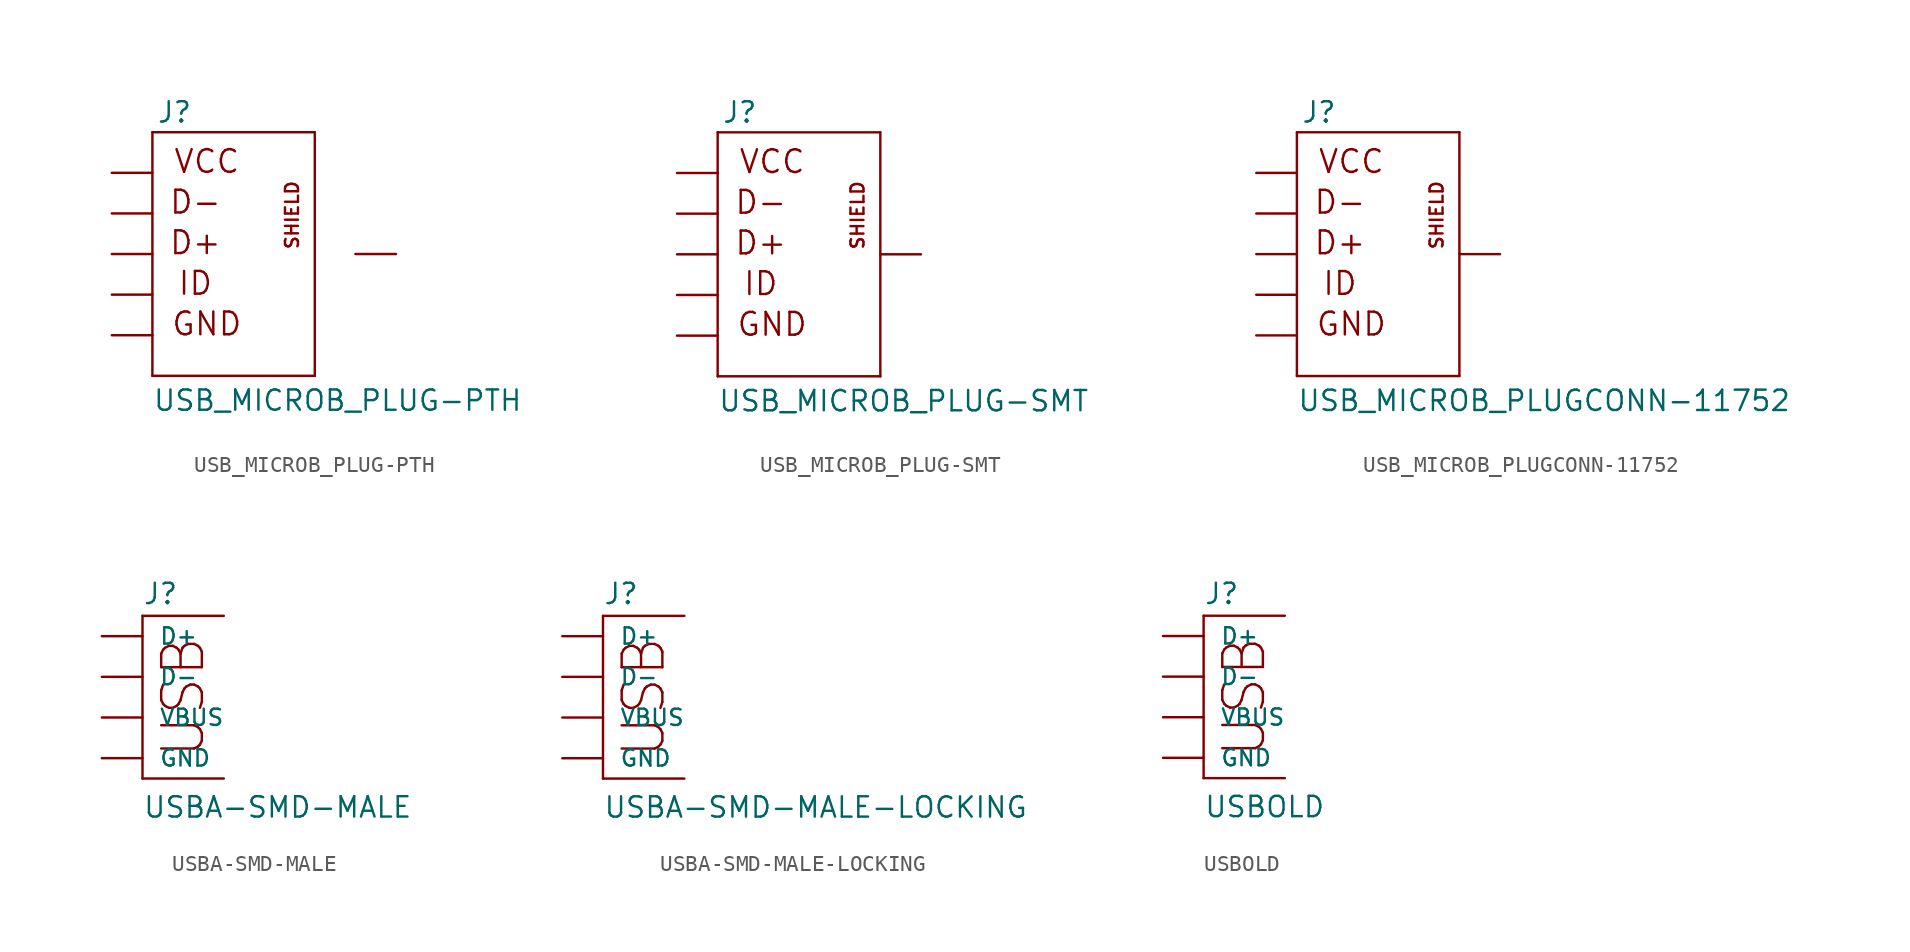
<source format=kicad_sym>
(kicad_symbol_lib
  (version 20211014)
  (generator kicad_symbol_editor)
  (symbol "USB_MICROB_PLUG-PTH"
    (pin_numbers hide)
    (pin_names
      (offset 1.016) hide)
    (property "Reference" "J"
      (at -4.826 8.128 0)
      (effects (font (size 1.27 1.27)) (justify left bottom)))
    (property "Value" "USB_MICROB_PLUG-PTH"
      (at -5.08 -9.906 0)
      (effects (font (size 1.27 1.27)) (justify left bottom)))
    (property "Datasheet" ""
      (at 0 0 0)
      (effects (font (size 1.524 1.524))))
    (property "ki_locked" ""
      (at 0 0 0)
      (effects (font (size 1.27 1.27))))
    (symbol "USB_MICROB_PLUG-PTH_1_0"
      (polyline (pts (xy -5.08 -7.62) (xy 5.08 -7.62)) (stroke (width 0) (type default) (color 0 0 0 0)) (fill (type none)))
      (polyline (pts (xy -5.08 7.62) (xy -5.08 -7.62)) (stroke (width 0) (type default) (color 0 0 0 0)) (fill (type none)))
      (polyline (pts (xy 5.08 -7.62) (xy 5.08 7.62)) (stroke (width 0) (type default) (color 0 0 0 0)) (fill (type none)))
      (polyline (pts (xy 5.08 7.62) (xy -5.08 7.62)) (stroke (width 0) (type default) (color 0 0 0 0)) (fill (type none)))
      (polyline (pts (xy 7.62 0) (xy 10.16 0)) (stroke (width 0) (type default) (color 0 0 0 0)) (fill (type none)))
      (text "D+" (at -2.388 0.711 0) (effects (font (size 1.422 1.422))))
      (text "D-" (at -2.388 3.251 0) (effects (font (size 1.422 1.422))))
      (text "GND" (at -1.676 -4.369 0) (effects (font (size 1.422 1.422))))
      (text "ID" (at -2.388 -1.829 0) (effects (font (size 1.422 1.422))))
      (text "SHIELD" (at 3.658 2.438 900) (effects (font (size 0.813 0.813))))
      (text "VCC" (at -1.676 5.791 0) (effects (font (size 1.422 1.422)))))
    (symbol "USB_MICROB_PLUG-PTH_1_1"
      (pin bidirectional line (at -7.62 5.08 0) (length 2.54) (name "VCC" (effects (font (size 1.016 1.016)))) (number "1" (effects (font (size 1.016 1.016)))))
      (pin bidirectional line (at -7.62 2.54 0) (length 2.54) (name "D-" (effects (font (size 1.016 1.016)))) (number "2" (effects (font (size 1.016 1.016)))))
      (pin bidirectional line (at -7.62 0 0) (length 2.54) (name "D+" (effects (font (size 1.016 1.016)))) (number "3" (effects (font (size 1.016 1.016)))))
      (pin bidirectional line (at -7.62 -2.54 0) (length 2.54) (name "ID" (effects (font (size 1.016 1.016)))) (number "4" (effects (font (size 1.016 1.016)))))
      (pin bidirectional line (at -7.62 -5.08 0) (length 2.54) (name "GND" (effects (font (size 1.016 1.016)))) (number "5" (effects (font (size 1.016 1.016)))))
      (pin bidirectional line (at 7.62 0 180) (length 2.54) hide (name "SHIELD" (effects (font (size 1.016 1.016)))) (number "~" (effects (font (size 1.016 1.016)))))))
  (symbol "USB_MICROB_PLUG-SMT"
    (pin_numbers hide)
    (pin_names
      (offset 1.016) hide)
    (property "Reference" "J"
      (at -4.826 8.128 0)
      (effects (font (size 1.27 1.27)) (justify left bottom)))
    (property "Value" "USB_MICROB_PLUG-SMT"
      (at -5.08 -9.906 0)
      (effects (font (size 1.27 1.27)) (justify left bottom)))
    (property "Datasheet" ""
      (at 0 0 0)
      (effects (font (size 1.524 1.524))))
    (property "ki_locked" ""
      (at 0 0 0)
      (effects (font (size 1.27 1.27))))
    (symbol "USB_MICROB_PLUG-SMT_1_0"
      (polyline (pts (xy -5.08 -7.62) (xy 5.08 -7.62)) (stroke (width 0) (type default) (color 0 0 0 0)) (fill (type none)))
      (polyline (pts (xy -5.08 7.62) (xy -5.08 -7.62)) (stroke (width 0) (type default) (color 0 0 0 0)) (fill (type none)))
      (polyline (pts (xy 5.08 -7.62) (xy 5.08 7.62)) (stroke (width 0) (type default) (color 0 0 0 0)) (fill (type none)))
      (polyline (pts (xy 5.08 7.62) (xy -5.08 7.62)) (stroke (width 0) (type default) (color 0 0 0 0)) (fill (type none)))
      (text "D+" (at -2.388 0.711 0) (effects (font (size 1.422 1.422))))
      (text "D-" (at -2.388 3.251 0) (effects (font (size 1.422 1.422))))
      (text "GND" (at -1.676 -4.369 0) (effects (font (size 1.422 1.422))))
      (text "ID" (at -2.388 -1.829 0) (effects (font (size 1.422 1.422))))
      (text "SHIELD" (at 3.658 2.438 900) (effects (font (size 0.813 0.813))))
      (text "VCC" (at -1.676 5.791 0) (effects (font (size 1.422 1.422)))))
    (symbol "USB_MICROB_PLUG-SMT_1_1"
      (pin bidirectional line (at -7.62 5.08 0) (length 2.54) (name "VCC" (effects (font (size 1.016 1.016)))) (number "1" (effects (font (size 1.016 1.016)))))
      (pin bidirectional line (at -7.62 2.54 0) (length 2.54) (name "D-" (effects (font (size 1.016 1.016)))) (number "2" (effects (font (size 1.016 1.016)))))
      (pin bidirectional line (at -7.62 0 0) (length 2.54) (name "D+" (effects (font (size 1.016 1.016)))) (number "3" (effects (font (size 1.016 1.016)))))
      (pin bidirectional line (at -7.62 -2.54 0) (length 2.54) (name "ID" (effects (font (size 1.016 1.016)))) (number "4" (effects (font (size 1.016 1.016)))))
      (pin bidirectional line (at -7.62 -5.08 0) (length 2.54) (name "GND" (effects (font (size 1.016 1.016)))) (number "5" (effects (font (size 1.016 1.016)))))
      (pin bidirectional line (at 7.62 0 180) (length 2.54) (name "SHIELD" (effects (font (size 1.016 1.016)))) (number "P$6" (effects (font (size 1.016 1.016)))))))
  (symbol "USB_MICROB_PLUGCONN-11752"
    (pin_numbers hide)
    (pin_names
      (offset 1.016) hide)
    (property "Reference" "J"
      (at -4.826 8.128 0)
      (effects (font (size 1.27 1.27)) (justify left bottom)))
    (property "Value" "USB_MICROB_PLUGCONN-11752"
      (at -5.08 -9.906 0)
      (effects (font (size 1.27 1.27)) (justify left bottom)))
    (property "Datasheet" ""
      (at 0 0 0)
      (effects (font (size 1.524 1.524))))
    (property "ki_locked" ""
      (at 0 0 0)
      (effects (font (size 1.27 1.27))))
    (symbol "USB_MICROB_PLUGCONN-11752_1_0"
      (polyline (pts (xy -5.08 -7.62) (xy 5.08 -7.62)) (stroke (width 0) (type default) (color 0 0 0 0)) (fill (type none)))
      (polyline (pts (xy -5.08 7.62) (xy -5.08 -7.62)) (stroke (width 0) (type default) (color 0 0 0 0)) (fill (type none)))
      (polyline (pts (xy 5.08 -7.62) (xy 5.08 7.62)) (stroke (width 0) (type default) (color 0 0 0 0)) (fill (type none)))
      (polyline (pts (xy 5.08 7.62) (xy -5.08 7.62)) (stroke (width 0) (type default) (color 0 0 0 0)) (fill (type none)))
      (text "D+" (at -2.388 0.711 0) (effects (font (size 1.422 1.422))))
      (text "D-" (at -2.388 3.251 0) (effects (font (size 1.422 1.422))))
      (text "GND" (at -1.676 -4.369 0) (effects (font (size 1.422 1.422))))
      (text "ID" (at -2.388 -1.829 0) (effects (font (size 1.422 1.422))))
      (text "SHIELD" (at 3.658 2.438 900) (effects (font (size 0.813 0.813))))
      (text "VCC" (at -1.676 5.791 0) (effects (font (size 1.422 1.422)))))
    (symbol "USB_MICROB_PLUGCONN-11752_1_1"
      (pin bidirectional line (at -7.62 0 0) (length 2.54) (name "D+" (effects (font (size 1.016 1.016)))) (number "D+" (effects (font (size 1.016 1.016)))))
      (pin bidirectional line (at -7.62 2.54 0) (length 2.54) (name "D-" (effects (font (size 1.016 1.016)))) (number "D-" (effects (font (size 1.016 1.016)))))
      (pin bidirectional line (at -7.62 -5.08 0) (length 2.54) (name "GND" (effects (font (size 1.016 1.016)))) (number "GND" (effects (font (size 1.016 1.016)))))
      (pin bidirectional line (at -7.62 -2.54 0) (length 2.54) (name "ID" (effects (font (size 1.016 1.016)))) (number "ID" (effects (font (size 1.016 1.016)))))
      (pin bidirectional line (at 7.62 0 180) (length 2.54) (name "SHIELD" (effects (font (size 1.016 1.016)))) (number "SHIE" (effects (font (size 1.016 1.016)))))
      (pin bidirectional line (at 7.62 0 180) (length 2.54) hide (name "SHIELD" (effects (font (size 1.016 1.016)))) (number "SHIE" (effects (font (size 1.016 1.016)))))
      (pin bidirectional line (at 7.62 0 180) (length 2.54) hide (name "SHIELD" (effects (font (size 1.016 1.016)))) (number "SHIE" (effects (font (size 1.016 1.016)))))
      (pin bidirectional line (at -7.62 5.08 0) (length 2.54) (name "VCC" (effects (font (size 1.016 1.016)))) (number "VBUS" (effects (font (size 1.016 1.016)))))))
  (symbol "USBA-SMD-MALE"
    (pin_numbers hide)
    (pin_names
      (offset 1.016))
    (property "Reference" "J"
      (at 0 9.525 0)
      (effects (font (size 1.27 1.27)) (justify left bottom)))
    (property "Value" "USBA-SMD-MALE"
      (at 0 -3.81 0)
      (effects (font (size 1.27 1.27)) (justify left bottom)))
    (property "Datasheet" ""
      (at 0 0 0)
      (effects (font (size 1.524 1.524))))
    (property "ki_locked" ""
      (at 0 0 0)
      (effects (font (size 1.27 1.27))))
    (symbol "USBA-SMD-MALE_1_0"
      (polyline (pts (xy 0 -1.27) (xy 5.08 -1.27)) (stroke (width 0) (type default) (color 0 0 0 0)) (fill (type none)))
      (polyline (pts (xy 0 8.89) (xy 0 -1.27)) (stroke (width 0) (type default) (color 0 0 0 0)) (fill (type none)))
      (polyline (pts (xy 5.08 8.89) (xy 0 8.89)) (stroke (width 0) (type default) (color 0 0 0 0)) (fill (type none)))
      (text "USB" (at 2.54 3.81 900) (effects (font (size 2.54 2.54)))))
    (symbol "USBA-SMD-MALE_1_1"
      (pin bidirectional line (at -2.54 7.62 0) (length 2.54) (name "D+" (effects (font (size 1.016 1.016)))) (number "D+1" (effects (font (size 1.016 1.016)))))
      (pin bidirectional line (at -2.54 5.08 0) (length 2.54) (name "D-" (effects (font (size 1.016 1.016)))) (number "D-1" (effects (font (size 1.016 1.016)))))
      (pin bidirectional line (at -2.54 0 0) (length 2.54) (name "GND" (effects (font (size 1.016 1.016)))) (number "GND1" (effects (font (size 1.016 1.016)))))
      (pin bidirectional line (at -2.54 2.54 0) (length 2.54) (name "VBUS" (effects (font (size 1.016 1.016)))) (number "VBUS" (effects (font (size 1.016 1.016)))))))
  (symbol "USBA-SMD-MALE-LOCKING"
    (pin_numbers hide)
    (pin_names
      (offset 1.016))
    (property "Reference" "J"
      (at 0 9.525 0)
      (effects (font (size 1.27 1.27)) (justify left bottom)))
    (property "Value" "USBA-SMD-MALE-LOCKING"
      (at 0 -3.81 0)
      (effects (font (size 1.27 1.27)) (justify left bottom)))
    (property "Datasheet" ""
      (at 0 0 0)
      (effects (font (size 1.524 1.524))))
    (property "ki_locked" ""
      (at 0 0 0)
      (effects (font (size 1.27 1.27))))
    (symbol "USBA-SMD-MALE-LOCKING_1_0"
      (polyline (pts (xy 0 -1.27) (xy 5.08 -1.27)) (stroke (width 0) (type default) (color 0 0 0 0)) (fill (type none)))
      (polyline (pts (xy 0 8.89) (xy 0 -1.27)) (stroke (width 0) (type default) (color 0 0 0 0)) (fill (type none)))
      (polyline (pts (xy 5.08 8.89) (xy 0 8.89)) (stroke (width 0) (type default) (color 0 0 0 0)) (fill (type none)))
      (text "USB" (at 2.54 3.81 900) (effects (font (size 2.54 2.54)))))
    (symbol "USBA-SMD-MALE-LOCKING_1_1"
      (pin bidirectional line (at -2.54 7.62 0) (length 2.54) (name "D+" (effects (font (size 1.016 1.016)))) (number "D+1" (effects (font (size 1.016 1.016)))))
      (pin bidirectional line (at -2.54 5.08 0) (length 2.54) (name "D-" (effects (font (size 1.016 1.016)))) (number "D-1" (effects (font (size 1.016 1.016)))))
      (pin bidirectional line (at -2.54 0 0) (length 2.54) (name "GND" (effects (font (size 1.016 1.016)))) (number "GND1" (effects (font (size 1.016 1.016)))))
      (pin bidirectional line (at -2.54 2.54 0) (length 2.54) (name "VBUS" (effects (font (size 1.016 1.016)))) (number "VBUS" (effects (font (size 1.016 1.016)))))))
  (symbol "USBOLD"
    (pin_numbers hide)
    (pin_names
      (offset 1.016))
    (property "Reference" "J"
      (at 0 9.525 0)
      (effects (font (size 1.27 1.27)) (justify left bottom)))
    (property "Value" "USBOLD"
      (at 0 -3.81 0)
      (effects (font (size 1.27 1.27)) (justify left bottom)))
    (property "Datasheet" ""
      (at 0 0 0)
      (effects (font (size 1.524 1.524))))
    (property "ki_locked" ""
      (at 0 0 0)
      (effects (font (size 1.27 1.27))))
    (symbol "USBOLD_1_0"
      (polyline (pts (xy 0 -1.27) (xy 5.08 -1.27)) (stroke (width 0) (type default) (color 0 0 0 0)) (fill (type none)))
      (polyline (pts (xy 0 8.89) (xy 0 -1.27)) (stroke (width 0) (type default) (color 0 0 0 0)) (fill (type none)))
      (polyline (pts (xy 5.08 8.89) (xy 0 8.89)) (stroke (width 0) (type default) (color 0 0 0 0)) (fill (type none)))
      (text "USB" (at 2.54 3.81 900) (effects (font (size 2.54 2.54)))))
    (symbol "USBOLD_1_1"
      (pin bidirectional line (at -2.54 7.62 0) (length 2.54) (name "D+" (effects (font (size 1.016 1.016)))) (number "D+" (effects (font (size 1.016 1.016)))))
      (pin bidirectional line (at -2.54 5.08 0) (length 2.54) (name "D-" (effects (font (size 1.016 1.016)))) (number "D-" (effects (font (size 1.016 1.016)))))
      (pin bidirectional line (at -2.54 0 0) (length 2.54) (name "GND" (effects (font (size 1.016 1.016)))) (number "GND" (effects (font (size 1.016 1.016)))))
      (pin bidirectional line (at -2.54 2.54 0) (length 2.54) (name "VBUS" (effects (font (size 1.016 1.016)))) (number "VBUS" (effects (font (size 1.016 1.016))))))))
</source>
